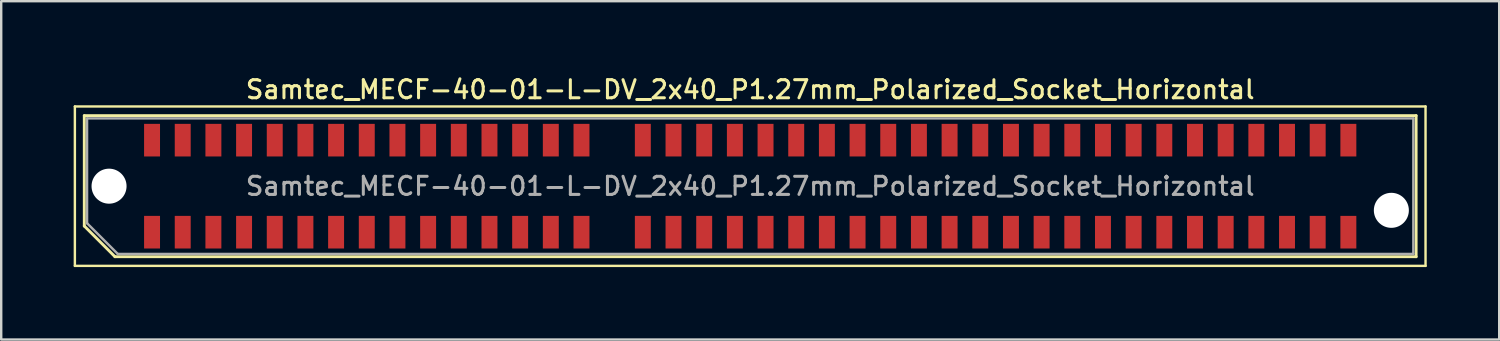
<source format=kicad_pcb>
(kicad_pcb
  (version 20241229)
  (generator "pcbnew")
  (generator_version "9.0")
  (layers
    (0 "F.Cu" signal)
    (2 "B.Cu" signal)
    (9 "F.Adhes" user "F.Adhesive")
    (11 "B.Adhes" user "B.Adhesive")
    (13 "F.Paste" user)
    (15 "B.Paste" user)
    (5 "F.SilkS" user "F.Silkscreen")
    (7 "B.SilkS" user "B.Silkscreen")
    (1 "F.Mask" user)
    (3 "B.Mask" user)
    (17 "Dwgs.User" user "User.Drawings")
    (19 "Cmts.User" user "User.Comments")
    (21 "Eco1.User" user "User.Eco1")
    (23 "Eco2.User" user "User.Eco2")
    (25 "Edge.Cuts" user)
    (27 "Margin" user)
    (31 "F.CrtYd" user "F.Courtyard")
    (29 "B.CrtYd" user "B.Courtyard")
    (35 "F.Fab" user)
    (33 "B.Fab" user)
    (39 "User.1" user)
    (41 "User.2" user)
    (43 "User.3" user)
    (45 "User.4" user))
  (footprint "Samtec_MECF-40-01-L-DV_2x40_P1.27mm_Polarized_Socket_Horizontal"
    (layer "F.Cu")
    (at 28.01 4.658)
    (property "Reference" "Samtec_MECF-40-01-L-DV_2x40_P1.27mm_Polarized_Socket_Horizontal" (at 0 -4 0) (layer "F.SilkS") (effects (font (size 0.75 0.75) (thickness 0.125))))
    (attr smd)
    (fp_line (start -27.96 -3.3) (end -27.96 3.3) (stroke (width 0.1) (type solid)) (layer "F.SilkS"))
    (fp_line (start -27.96 3.3) (end 27.96 3.3) (stroke (width 0.1) (type solid)) (layer "F.SilkS"))
    (fp_line (start -27.57 -2.92) (end 27.57 -2.92) (stroke (width 0.12) (type solid)) (layer "F.SilkS"))
    (fp_line (start -27.57 1.65) (end -27.57 -2.92) (stroke (width 0.12) (type solid)) (layer "F.SilkS"))
    (fp_line (start -26.3 2.92) (end -27.57 1.65) (stroke (width 0.12) (type solid)) (layer "F.SilkS"))
    (fp_line (start -26.3 2.92) (end 27.57 2.92) (stroke (width 0.12) (type solid)) (layer "F.SilkS"))
    (fp_line (start 27.57 2.92) (end 27.57 -2.92) (stroke (width 0.12) (type solid)) (layer "F.SilkS"))
    (fp_line (start 27.96 -3.3) (end -27.96 -3.3) (stroke (width 0.1) (type solid)) (layer "F.SilkS"))
    (fp_line (start 27.96 3.3) (end 27.96 -3.3) (stroke (width 0.1) (type solid)) (layer "F.SilkS"))
    (fp_line (start -27.455 -2.805) (end 27.455 -2.805) (stroke (width 0.1) (type solid)) (layer "F.Fab"))
    (fp_line (start -27.455 1.535) (end -27.455 -2.805) (stroke (width 0.1) (type solid)) (layer "F.Fab"))
    (fp_line (start -27.455 1.535) (end -26.185 2.805) (stroke (width 0.1) (type solid)) (layer "F.Fab"))
    (fp_line (start -26.185 2.805) (end 27.455 2.805) (stroke (width 0.1) (type solid)) (layer "F.Fab"))
    (fp_line (start 27.455 2.805) (end 27.455 -2.805) (stroke (width 0.1) (type solid)) (layer "F.Fab"))
    (fp_text user "${REFERENCE}" (at 0 0 0) (layer "F.Fab") (effects (font (size 0.75 0.75) (thickness 0.125))))
    (pad "" np_thru_hole circle (at -26.545 0) (size 1.45 1.45) (drill 1.45) (layers "*.Cu" "*.Mask"))
    (pad "" np_thru_hole circle (at 26.545 1) (size 1.45 1.45) (drill 1.45) (layers "*.Cu" "*.Mask"))
    (pad "1" smd rect (at -24.765 1.905) (size 0.66 1.35) (layers "F.Cu" "F.Mask" "F.Paste"))
    (pad "2" smd rect (at -24.765 -1.905) (size 0.66 1.35) (layers "F.Cu" "F.Mask" "F.Paste"))
    (pad "3" smd rect (at -23.495 1.905) (size 0.66 1.35) (layers "F.Cu" "F.Mask" "F.Paste"))
    (pad "4" smd rect (at -23.495 -1.905) (size 0.66 1.35) (layers "F.Cu" "F.Mask" "F.Paste"))
    (pad "5" smd rect (at -22.225 1.905) (size 0.66 1.35) (layers "F.Cu" "F.Mask" "F.Paste"))
    (pad "6" smd rect (at -22.225 -1.905) (size 0.66 1.35) (layers "F.Cu" "F.Mask" "F.Paste"))
    (pad "7" smd rect (at -20.955 1.905) (size 0.66 1.35) (layers "F.Cu" "F.Mask" "F.Paste"))
    (pad "8" smd rect (at -20.955 -1.905) (size 0.66 1.35) (layers "F.Cu" "F.Mask" "F.Paste"))
    (pad "9" smd rect (at -19.685 1.905) (size 0.66 1.35) (layers "F.Cu" "F.Mask" "F.Paste"))
    (pad "10" smd rect (at -19.685 -1.905) (size 0.66 1.35) (layers "F.Cu" "F.Mask" "F.Paste"))
    (pad "11" smd rect (at -18.415 1.905) (size 0.66 1.35) (layers "F.Cu" "F.Mask" "F.Paste"))
    (pad "12" smd rect (at -18.415 -1.905) (size 0.66 1.35) (layers "F.Cu" "F.Mask" "F.Paste"))
    (pad "13" smd rect (at -17.145 1.905) (size 0.66 1.35) (layers "F.Cu" "F.Mask" "F.Paste"))
    (pad "14" smd rect (at -17.145 -1.905) (size 0.66 1.35) (layers "F.Cu" "F.Mask" "F.Paste"))
    (pad "15" smd rect (at -15.875 1.905) (size 0.66 1.35) (layers "F.Cu" "F.Mask" "F.Paste"))
    (pad "16" smd rect (at -15.875 -1.905) (size 0.66 1.35) (layers "F.Cu" "F.Mask" "F.Paste"))
    (pad "17" smd rect (at -14.605 1.905) (size 0.66 1.35) (layers "F.Cu" "F.Mask" "F.Paste"))
    (pad "18" smd rect (at -14.605 -1.905) (size 0.66 1.35) (layers "F.Cu" "F.Mask" "F.Paste"))
    (pad "19" smd rect (at -13.335 1.905) (size 0.66 1.35) (layers "F.Cu" "F.Mask" "F.Paste"))
    (pad "20" smd rect (at -13.335 -1.905) (size 0.66 1.35) (layers "F.Cu" "F.Mask" "F.Paste"))
    (pad "21" smd rect (at -12.065 1.905) (size 0.66 1.35) (layers "F.Cu" "F.Mask" "F.Paste"))
    (pad "22" smd rect (at -12.065 -1.905) (size 0.66 1.35) (layers "F.Cu" "F.Mask" "F.Paste"))
    (pad "23" smd rect (at -10.795 1.905) (size 0.66 1.35) (layers "F.Cu" "F.Mask" "F.Paste"))
    (pad "24" smd rect (at -10.795 -1.905) (size 0.66 1.35) (layers "F.Cu" "F.Mask" "F.Paste"))
    (pad "25" smd rect (at -9.525 1.905) (size 0.66 1.35) (layers "F.Cu" "F.Mask" "F.Paste"))
    (pad "26" smd rect (at -9.525 -1.905) (size 0.66 1.35) (layers "F.Cu" "F.Mask" "F.Paste"))
    (pad "27" smd rect (at -8.255 1.905) (size 0.66 1.35) (layers "F.Cu" "F.Mask" "F.Paste"))
    (pad "28" smd rect (at -8.255 -1.905) (size 0.66 1.35) (layers "F.Cu" "F.Mask" "F.Paste"))
    (pad "29" smd rect (at -6.985 1.905) (size 0.66 1.35) (layers "F.Cu" "F.Mask" "F.Paste"))
    (pad "30" smd rect (at -6.985 -1.905) (size 0.66 1.35) (layers "F.Cu" "F.Mask" "F.Paste"))
    (pad "33" smd rect (at -4.445 1.905) (size 0.66 1.35) (layers "F.Cu" "F.Mask" "F.Paste"))
    (pad "34" smd rect (at -4.445 -1.905) (size 0.66 1.35) (layers "F.Cu" "F.Mask" "F.Paste"))
    (pad "35" smd rect (at -3.175 1.905) (size 0.66 1.35) (layers "F.Cu" "F.Mask" "F.Paste"))
    (pad "36" smd rect (at -3.175 -1.905) (size 0.66 1.35) (layers "F.Cu" "F.Mask" "F.Paste"))
    (pad "37" smd rect (at -1.905 1.905) (size 0.66 1.35) (layers "F.Cu" "F.Mask" "F.Paste"))
    (pad "38" smd rect (at -1.905 -1.905) (size 0.66 1.35) (layers "F.Cu" "F.Mask" "F.Paste"))
    (pad "39" smd rect (at -0.635 1.905) (size 0.66 1.35) (layers "F.Cu" "F.Mask" "F.Paste"))
    (pad "40" smd rect (at -0.635 -1.905) (size 0.66 1.35) (layers "F.Cu" "F.Mask" "F.Paste"))
    (pad "41" smd rect (at 0.635 1.905) (size 0.66 1.35) (layers "F.Cu" "F.Mask" "F.Paste"))
    (pad "42" smd rect (at 0.635 -1.905) (size 0.66 1.35) (layers "F.Cu" "F.Mask" "F.Paste"))
    (pad "43" smd rect (at 1.905 1.905) (size 0.66 1.35) (layers "F.Cu" "F.Mask" "F.Paste"))
    (pad "44" smd rect (at 1.905 -1.905) (size 0.66 1.35) (layers "F.Cu" "F.Mask" "F.Paste"))
    (pad "45" smd rect (at 3.175 1.905) (size 0.66 1.35) (layers "F.Cu" "F.Mask" "F.Paste"))
    (pad "46" smd rect (at 3.175 -1.905) (size 0.66 1.35) (layers "F.Cu" "F.Mask" "F.Paste"))
    (pad "47" smd rect (at 4.445 1.905) (size 0.66 1.35) (layers "F.Cu" "F.Mask" "F.Paste"))
    (pad "48" smd rect (at 4.445 -1.905) (size 0.66 1.35) (layers "F.Cu" "F.Mask" "F.Paste"))
    (pad "49" smd rect (at 5.715 1.905) (size 0.66 1.35) (layers "F.Cu" "F.Mask" "F.Paste"))
    (pad "50" smd rect (at 5.715 -1.905) (size 0.66 1.35) (layers "F.Cu" "F.Mask" "F.Paste"))
    (pad "51" smd rect (at 6.985 1.905) (size 0.66 1.35) (layers "F.Cu" "F.Mask" "F.Paste"))
    (pad "52" smd rect (at 6.985 -1.905) (size 0.66 1.35) (layers "F.Cu" "F.Mask" "F.Paste"))
    (pad "53" smd rect (at 8.255 1.905) (size 0.66 1.35) (layers "F.Cu" "F.Mask" "F.Paste"))
    (pad "54" smd rect (at 8.255 -1.905) (size 0.66 1.35) (layers "F.Cu" "F.Mask" "F.Paste"))
    (pad "55" smd rect (at 9.525 1.905) (size 0.66 1.35) (layers "F.Cu" "F.Mask" "F.Paste"))
    (pad "56" smd rect (at 9.525 -1.905) (size 0.66 1.35) (layers "F.Cu" "F.Mask" "F.Paste"))
    (pad "57" smd rect (at 10.795 1.905) (size 0.66 1.35) (layers "F.Cu" "F.Mask" "F.Paste"))
    (pad "58" smd rect (at 10.795 -1.905) (size 0.66 1.35) (layers "F.Cu" "F.Mask" "F.Paste"))
    (pad "59" smd rect (at 12.065 1.905) (size 0.66 1.35) (layers "F.Cu" "F.Mask" "F.Paste"))
    (pad "60" smd rect (at 12.065 -1.905) (size 0.66 1.35) (layers "F.Cu" "F.Mask" "F.Paste"))
    (pad "61" smd rect (at 13.335 1.905) (size 0.66 1.35) (layers "F.Cu" "F.Mask" "F.Paste"))
    (pad "62" smd rect (at 13.335 -1.905) (size 0.66 1.35) (layers "F.Cu" "F.Mask" "F.Paste"))
    (pad "63" smd rect (at 14.605 1.905) (size 0.66 1.35) (layers "F.Cu" "F.Mask" "F.Paste"))
    (pad "64" smd rect (at 14.605 -1.905) (size 0.66 1.35) (layers "F.Cu" "F.Mask" "F.Paste"))
    (pad "65" smd rect (at 15.875 1.905) (size 0.66 1.35) (layers "F.Cu" "F.Mask" "F.Paste"))
    (pad "66" smd rect (at 15.875 -1.905) (size 0.66 1.35) (layers "F.Cu" "F.Mask" "F.Paste"))
    (pad "67" smd rect (at 17.145 1.905) (size 0.66 1.35) (layers "F.Cu" "F.Mask" "F.Paste"))
    (pad "68" smd rect (at 17.145 -1.905) (size 0.66 1.35) (layers "F.Cu" "F.Mask" "F.Paste"))
    (pad "69" smd rect (at 18.415 1.905) (size 0.66 1.35) (layers "F.Cu" "F.Mask" "F.Paste"))
    (pad "70" smd rect (at 18.415 -1.905) (size 0.66 1.35) (layers "F.Cu" "F.Mask" "F.Paste"))
    (pad "71" smd rect (at 19.685 1.905) (size 0.66 1.35) (layers "F.Cu" "F.Mask" "F.Paste"))
    (pad "72" smd rect (at 19.685 -1.905) (size 0.66 1.35) (layers "F.Cu" "F.Mask" "F.Paste"))
    (pad "73" smd rect (at 20.955 1.905) (size 0.66 1.35) (layers "F.Cu" "F.Mask" "F.Paste"))
    (pad "74" smd rect (at 20.955 -1.905) (size 0.66 1.35) (layers "F.Cu" "F.Mask" "F.Paste"))
    (pad "75" smd rect (at 22.225 1.905) (size 0.66 1.35) (layers "F.Cu" "F.Mask" "F.Paste"))
    (pad "76" smd rect (at 22.225 -1.905) (size 0.66 1.35) (layers "F.Cu" "F.Mask" "F.Paste"))
    (pad "77" smd rect (at 23.495 1.905) (size 0.66 1.35) (layers "F.Cu" "F.Mask" "F.Paste"))
    (pad "78" smd rect (at 23.495 -1.905) (size 0.66 1.35) (layers "F.Cu" "F.Mask" "F.Paste"))
    (pad "79" smd rect (at 24.765 1.905) (size 0.66 1.35) (layers "F.Cu" "F.Mask" "F.Paste"))
    (pad "80" smd rect (at 24.765 -1.905) (size 0.66 1.35) (layers "F.Cu" "F.Mask" "F.Paste")))
  (gr_rect
    (start -3 -3)
    (end 59.02 11.008)
    (stroke (width 0.1) (type default))
    (fill no)
    (layer "Edge.Cuts")))
</source>
